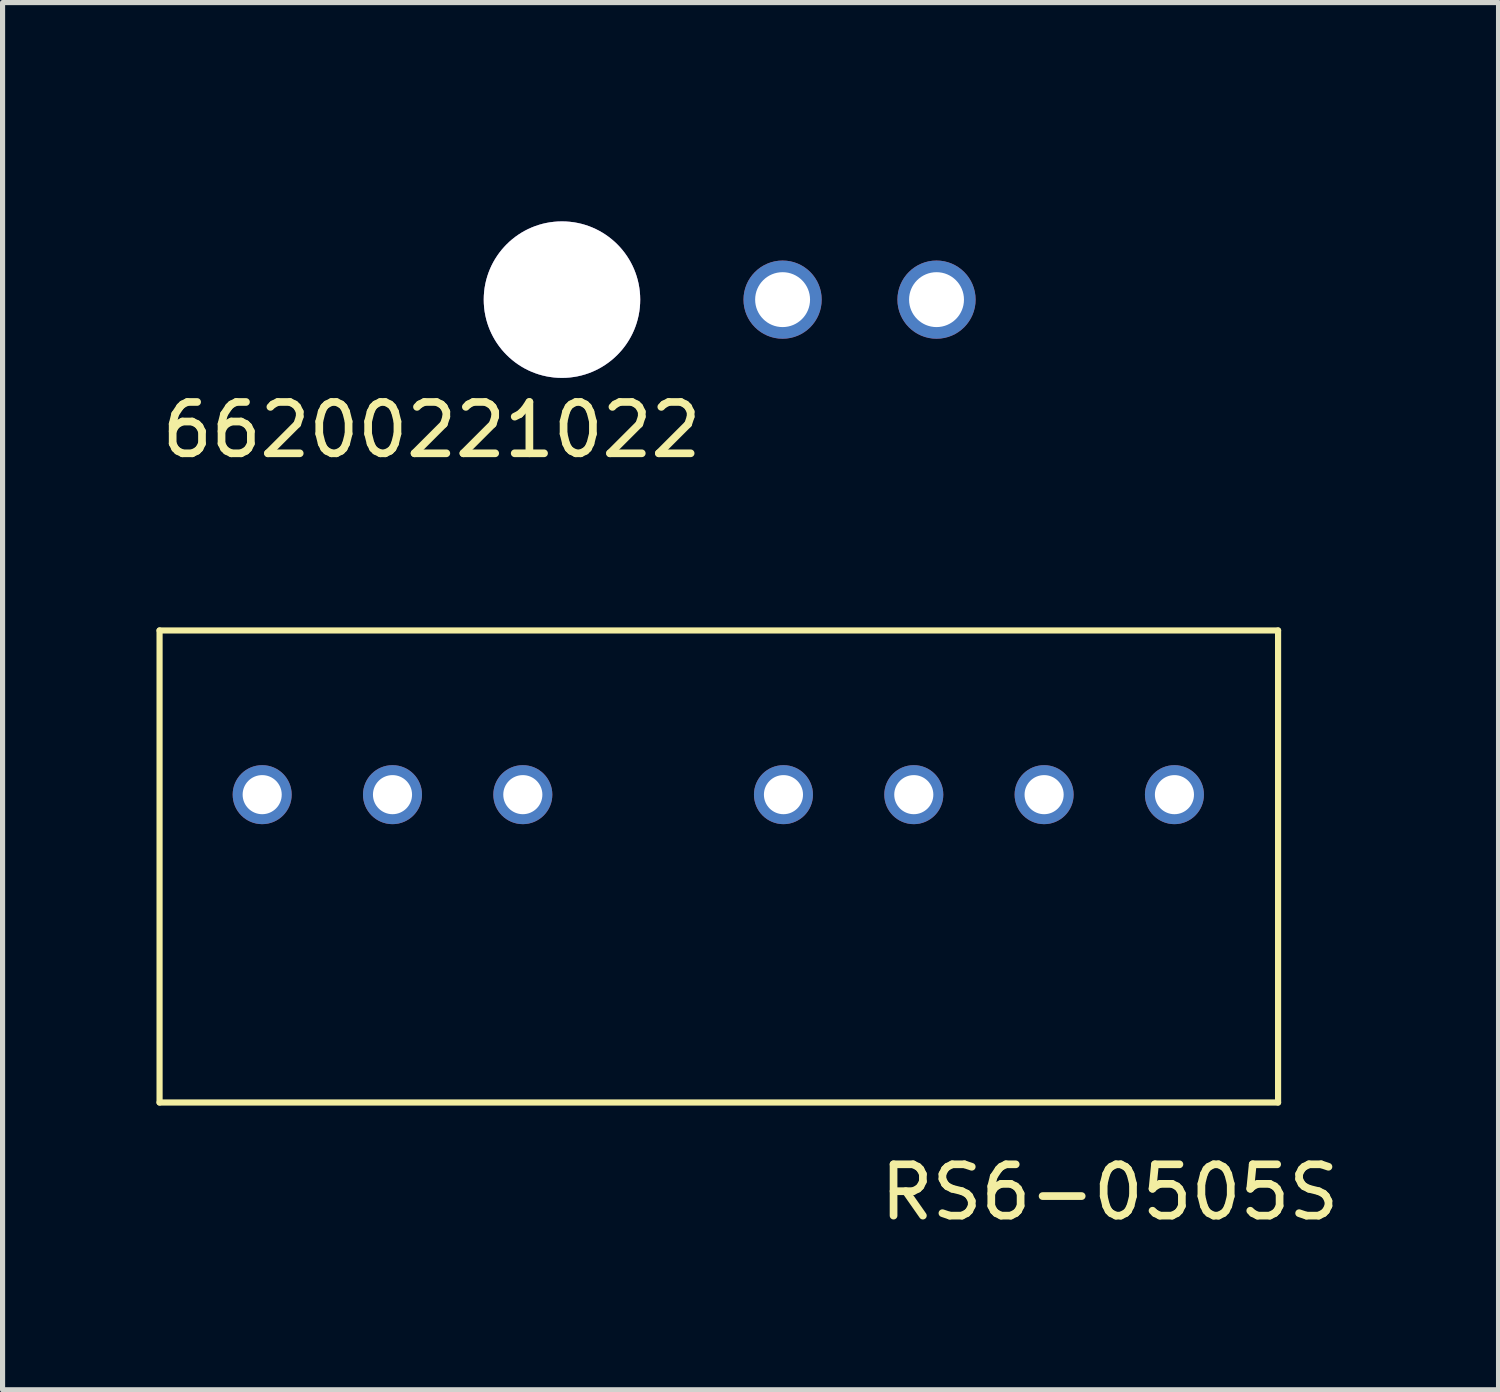
<source format=kicad_pcb>
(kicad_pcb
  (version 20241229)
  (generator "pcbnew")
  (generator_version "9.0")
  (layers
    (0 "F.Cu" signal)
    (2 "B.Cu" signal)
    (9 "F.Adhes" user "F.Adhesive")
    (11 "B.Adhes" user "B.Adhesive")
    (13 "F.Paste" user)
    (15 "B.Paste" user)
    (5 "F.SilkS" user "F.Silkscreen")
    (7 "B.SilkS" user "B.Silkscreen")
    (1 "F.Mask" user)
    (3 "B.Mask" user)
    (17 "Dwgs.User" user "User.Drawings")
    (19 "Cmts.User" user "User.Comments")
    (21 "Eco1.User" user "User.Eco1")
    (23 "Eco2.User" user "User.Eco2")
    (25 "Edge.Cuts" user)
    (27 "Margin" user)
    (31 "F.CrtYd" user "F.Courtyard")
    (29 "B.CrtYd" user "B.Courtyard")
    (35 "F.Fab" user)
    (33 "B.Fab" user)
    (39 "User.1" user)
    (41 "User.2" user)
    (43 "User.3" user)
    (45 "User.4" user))
  (footprint "RS6-0505S"
    (layer "F.Cu")
    (at 10.96 13.838)
    (property "Reference" "RS6-0505S" (at 7.62 6.35 0) (layer "F.SilkS") (effects (font (size 1 1) (thickness 0.15))))
    (attr through_hole)
    (fp_line (start -10.9 -4.6) (end -10.9 4.6) (stroke (width 0.12) (type solid)) (layer "F.SilkS"))
    (fp_line (start -10.9 -4.6) (end 10.9 -4.6) (stroke (width 0.12) (type solid)) (layer "F.SilkS"))
    (fp_line (start -10.9 4.6) (end 10.9 4.6) (stroke (width 0.12) (type solid)) (layer "F.SilkS"))
    (fp_line (start 10.9 -4.6) (end 10.9 4.6) (stroke (width 0.12) (type solid)) (layer "F.SilkS"))
    (pad "1" thru_hole circle (at -8.9 -1.4) (size 1.15 1.15) (drill 0.762) (layers "*.Cu" "*.Mask"))
    (pad "2" thru_hole circle (at -6.36 -1.4) (size 1.15 1.15) (drill 0.762) (layers "*.Cu" "*.Mask"))
    (pad "3" thru_hole circle (at -3.82 -1.4) (size 1.15 1.15) (drill 0.762) (layers "*.Cu" "*.Mask"))
    (pad "5" thru_hole circle (at 1.26 -1.4) (size 1.15 1.15) (drill 0.762) (layers "*.Cu" "*.Mask"))
    (pad "6" thru_hole circle (at 3.8 -1.4) (size 1.15 1.15) (drill 0.762) (layers "*.Cu" "*.Mask"))
    (pad "7" thru_hole circle (at 6.34 -1.4) (size 1.15 1.15) (drill 0.762) (layers "*.Cu" "*.Mask"))
    (pad "8" thru_hole circle (at 8.88 -1.4) (size 1.15 1.15) (drill 0.762) (layers "*.Cu" "*.Mask")))
  (footprint "66200221022"
    (layer "F.Cu")
    (at 7.903 0.25)
    (property "Reference" "66200221022" (at -2.54 5.08 0) (layer "F.SilkS") (effects (font (size 1 1) (thickness 0.15))))
    (attr through_hole)
    (pad "0" thru_hole circle (at 0 2.54) (size 3.05 3.05) (drill 3.05) (layers "*.Cu" "*.Mask"))
    (pad "1" thru_hole circle (at 4.3 2.54) (size 1.524 1.524) (drill 1.07) (layers "*.Cu" "*.Mask"))
    (pad "2" thru_hole circle (at 7.3 2.54) (size 1.524 1.524) (drill 1.07) (layers "*.Cu" "*.Mask")))
  (gr_rect
    (start -3 -3)
    (end 26.157 24.037)
    (stroke (width 0.1) (type default))
    (fill no)
    (layer "Edge.Cuts")))
</source>
